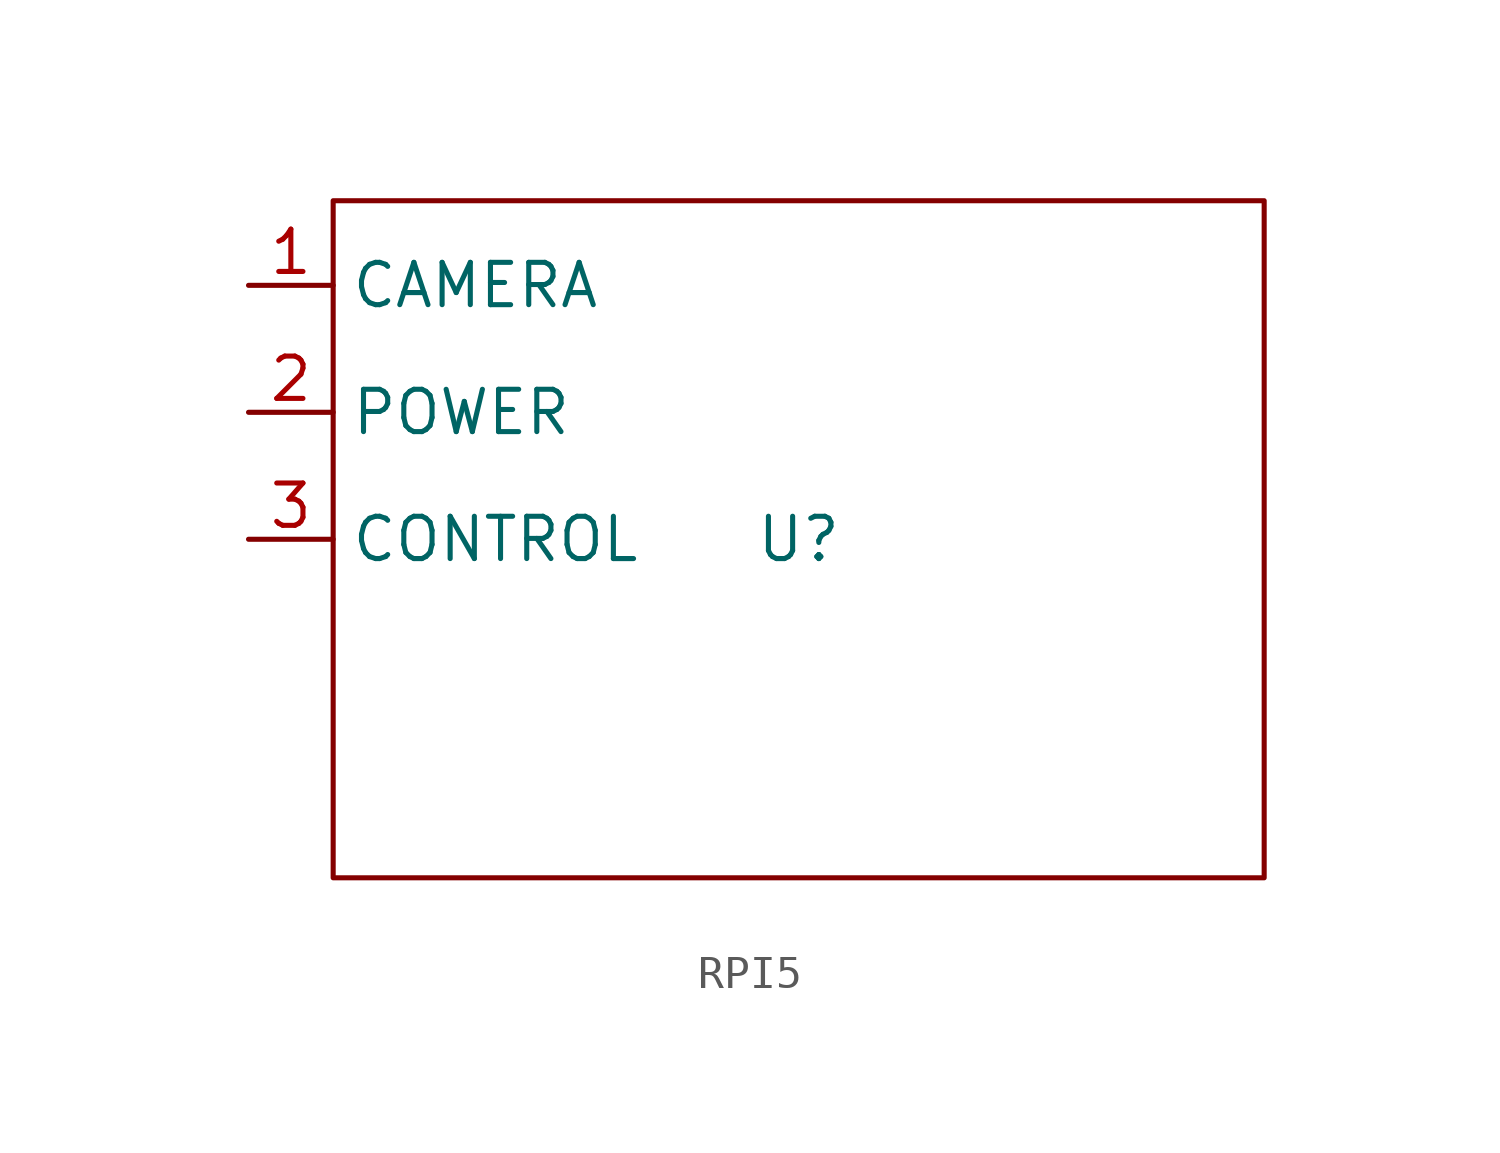
<source format=kicad_sym>
(kicad_symbol_lib
  (version 20220914)
  (generator kicad_symbol_editor)
  (symbol "RPI5"
    (property "Reference" "U"
      (at 0 0 0)
      (effects (font (size 1.27 1.27))))
    (property "Value" ""
      (at 0 0 0)
      (effects (font (size 1.27 1.27))))
    (symbol "RPI5_0_1"
      (rectangle (start -13.97 10.16) (end 13.97 -10.16) (stroke (width 0) (type default)) (fill (type none))))
    (symbol "RPI5_1_1"
      (pin input line (at -16.51 7.62 0) (length 2.54) (name "CAMERA" (effects (font (size 1.27 1.27)))) (number "1" (effects (font (size 1.27 1.27)))))
      (pin input line (at -16.51 3.81 0) (length 2.54) (name "POWER" (effects (font (size 1.27 1.27)))) (number "2" (effects (font (size 1.27 1.27)))))
      (pin input line (at -16.51 0 0) (length 2.54) (name "CONTROL" (effects (font (size 1.27 1.27)))) (number "3" (effects (font (size 1.27 1.27))))))))
</source>
